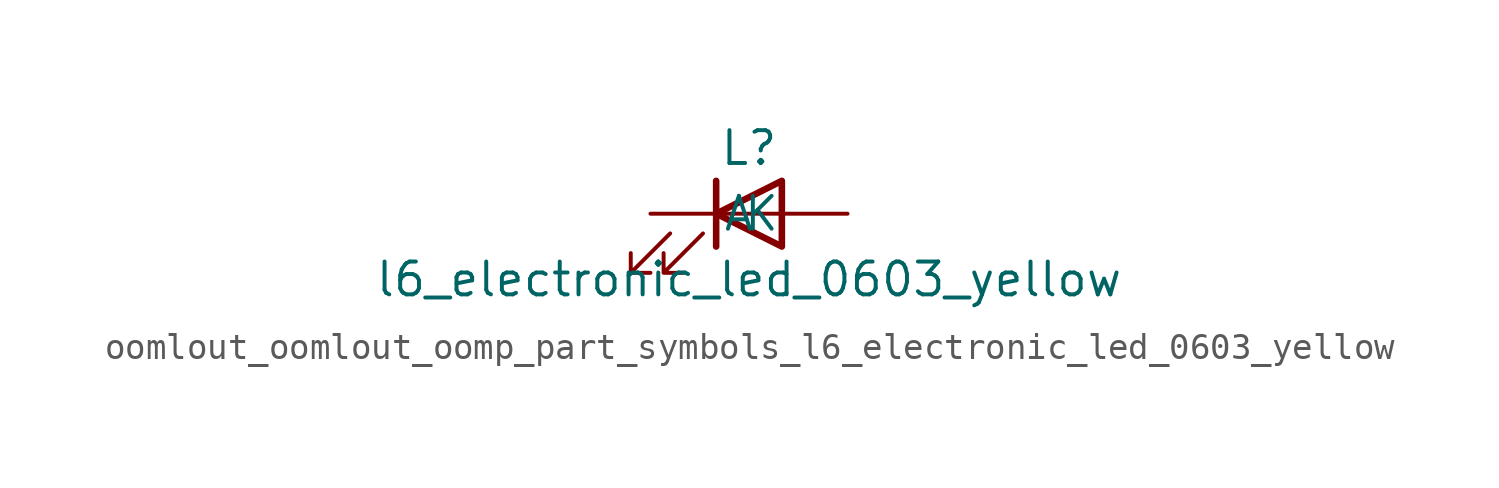
<source format=kicad_sym>
(kicad_symbol_lib
  (version 20220914)
  (generator kicad_symbol_editor)
  (symbol "oomlout_oomlout_oomp_part_symbols_l6_electronic_led_0603_yellow"
    (pin_numbers hide)
    (pin_names
      (offset 1.016))
    (property "Reference" "L"
      (at 0 2.54 0)
      (effects (font (size 1.27 1.27))))
    (property "Value" "l6_electronic_led_0603_yellow"
      (at 0 -2.54 0)
      (effects (font (size 1.27 1.27))))
    (symbol "oomlout_oomlout_oomp_part_symbols_l6_electronic_led_0603_yellow_0_1"
      (polyline (pts (xy -1.27 -1.27) (xy -1.27 1.27)) (stroke (width 0.254) (type default)) (fill (type none)))
      (polyline (pts (xy -1.27 0) (xy 1.27 0)) (stroke (width 0) (type default)) (fill (type none)))
      (polyline (pts (xy 1.27 -1.27) (xy 1.27 1.27) (xy -1.27 0) (xy 1.27 -1.27)) (stroke (width 0.254) (type default)) (fill (type none)))
      (polyline (pts (xy -3.048 -0.762) (xy -4.572 -2.286) (xy -3.81 -2.286) (xy -4.572 -2.286) (xy -4.572 -1.524)) (stroke (width 0) (type default)) (fill (type none)))
      (polyline (pts (xy -1.778 -0.762) (xy -3.302 -2.286) (xy -2.54 -2.286) (xy -3.302 -2.286) (xy -3.302 -1.524)) (stroke (width 0) (type default)) (fill (type none))))
    (symbol "oomlout_oomlout_oomp_part_symbols_l6_electronic_led_0603_yellow_1_1"
      (pin passive line (at -3.81 0 0) (length 2.54) (name "K" (effects (font (size 1.27 1.27)))) (number "1" (effects (font (size 1.27 1.27)))))
      (pin passive line (at 3.81 0 180) (length 2.54) (name "A" (effects (font (size 1.27 1.27)))) (number "2" (effects (font (size 1.27 1.27))))))))
</source>
